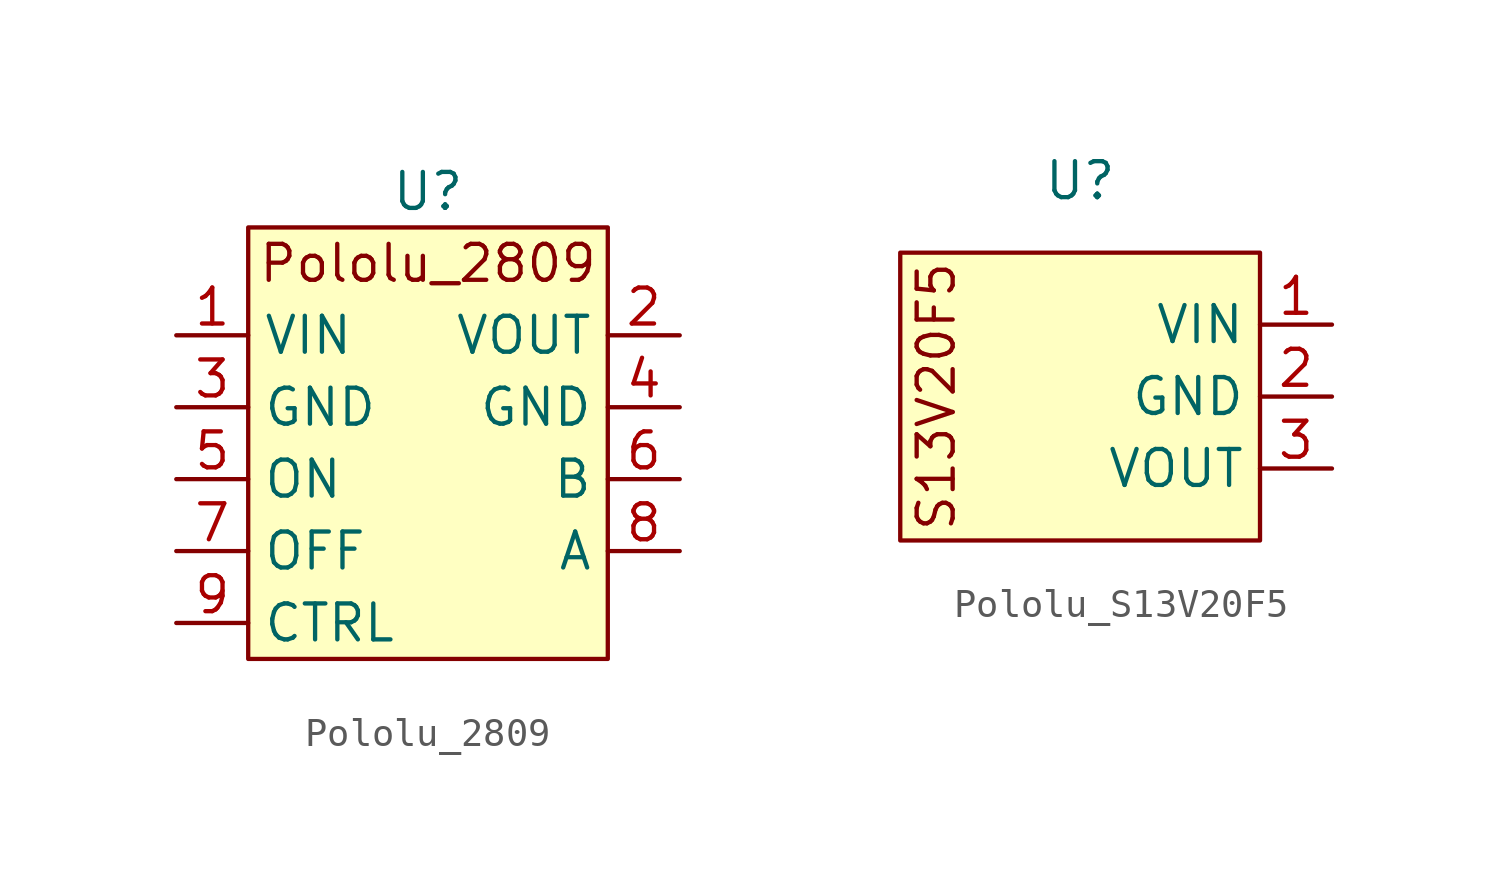
<source format=kicad_sym>
(kicad_symbol_lib
  (version 20220914)
  (generator kicad_symbol_editor)
  (symbol "Pololu_2809"
    (property "Reference" "U"
      (at 0 7.62 0)
      (effects (font (size 1.27 1.27))))
    (property "Value" ""
      (at 0 2.54 0)
      (effects (font (size 1.27 1.27))))
    (symbol "Pololu_2809_1_1"
      (rectangle (start -6.35 6.35) (end 6.35 -8.89) (stroke (width 0) (type default)) (fill (type background)))
      (text "Pololu_2809" (at 0 5.08 0) (effects (font (size 1.27 1.27))))
      (pin input line (at -8.89 2.54 0) (length 2.54) (name "VIN" (effects (font (size 1.27 1.27)))) (number "1" (effects (font (size 1.27 1.27)))))
      (pin output line (at 8.89 2.54 180) (length 2.54) (name "VOUT" (effects (font (size 1.27 1.27)))) (number "2" (effects (font (size 1.27 1.27)))))
      (pin unspecified line (at -8.89 0 0) (length 2.54) (name "GND" (effects (font (size 1.27 1.27)))) (number "3" (effects (font (size 1.27 1.27)))))
      (pin unspecified line (at 8.89 0 180) (length 2.54) (name "GND" (effects (font (size 1.27 1.27)))) (number "4" (effects (font (size 1.27 1.27)))))
      (pin input line (at -8.89 -2.54 0) (length 2.54) (name "ON" (effects (font (size 1.27 1.27)))) (number "5" (effects (font (size 1.27 1.27)))))
      (pin unspecified line (at 8.89 -2.54 180) (length 2.54) (name "B" (effects (font (size 1.27 1.27)))) (number "6" (effects (font (size 1.27 1.27)))))
      (pin input line (at -8.89 -5.08 0) (length 2.54) (name "OFF" (effects (font (size 1.27 1.27)))) (number "7" (effects (font (size 1.27 1.27)))))
      (pin unspecified line (at 8.89 -5.08 180) (length 2.54) (name "A" (effects (font (size 1.27 1.27)))) (number "8" (effects (font (size 1.27 1.27)))))
      (pin input line (at -8.89 -7.62 0) (length 2.54) (name "CTRL" (effects (font (size 1.27 1.27)))) (number "9" (effects (font (size 1.27 1.27)))))))
  (symbol "Pololu_S13V20F5"
    (property "Reference" "U"
      (at 0 7.62 0)
      (effects (font (size 1.27 1.27))))
    (property "Value" ""
      (at 0 0 0)
      (effects (font (size 1.27 1.27))))
    (symbol "Pololu_S13V20F5_1_1"
      (rectangle (start -6.35 5.08) (end 6.35 -5.08) (stroke (width 0) (type default)) (fill (type background)))
      (text "S13V20F5" (at -5.08 0 900) (effects (font (size 1.27 1.27))))
      (pin input line (at 8.89 2.54 180) (length 2.54) (name "VIN" (effects (font (size 1.27 1.27)))) (number "1" (effects (font (size 1.27 1.27)))))
      (pin unspecified line (at 8.89 0 180) (length 2.54) (name "GND" (effects (font (size 1.27 1.27)))) (number "2" (effects (font (size 1.27 1.27)))))
      (pin output line (at 8.89 -2.54 180) (length 2.54) (name "VOUT" (effects (font (size 1.27 1.27)))) (number "3" (effects (font (size 1.27 1.27))))))))
</source>
